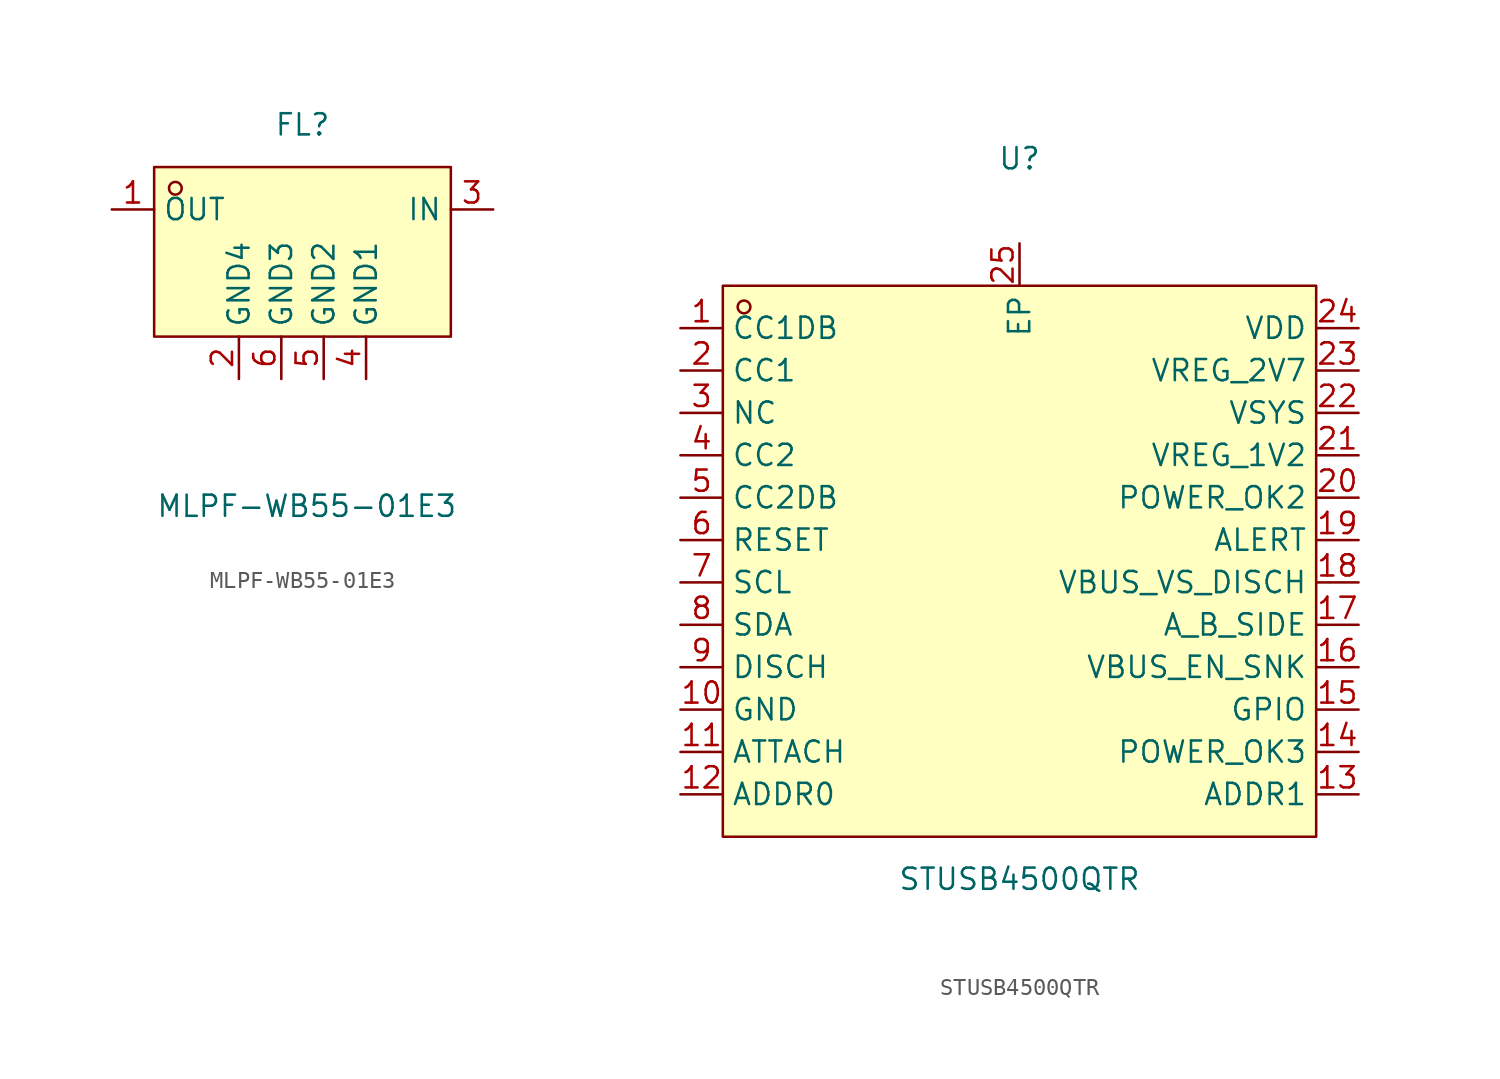
<source format=kicad_sym>
(kicad_symbol_lib
  (version 20241209)
  (generator "kicad_symbol_editor")
  (generator_version "9.0")
  (symbol "MLPF-WB55-01E3"
    (property "Reference" "FL"
      (at 0 7.62 0)
      (effects (font (size 1.27 1.27))))
    (property "Value" "MLPF-WB55-01E3"
      (at 0.254 -15.24 0)
      (effects (font (size 1.27 1.27))))
    (symbol "MLPF-WB55-01E3_0_1"
      (rectangle (start -8.89 5.08) (end 8.89 -5.08) (stroke (width 0) (type default)) (fill (type background)))
      (circle (center -7.62 3.81) (radius 0.38) (stroke (width 0) (type default)) (fill (type none)))
      (pin unspecified line (at -11.43 2.54 0) (length 2.54) (name "OUT" (effects (font (size 1.27 1.27)))) (number "1" (effects (font (size 1.27 1.27)))))
      (pin unspecified line (at -3.81 -7.62 90) (length 2.54) (name "GND4" (effects (font (size 1.27 1.27)))) (number "2" (effects (font (size 1.27 1.27)))))
      (pin unspecified line (at -1.27 -7.62 90) (length 2.54) (name "GND3" (effects (font (size 1.27 1.27)))) (number "6" (effects (font (size 1.27 1.27)))))
      (pin unspecified line (at 1.27 -7.62 90) (length 2.54) (name "GND2" (effects (font (size 1.27 1.27)))) (number "5" (effects (font (size 1.27 1.27)))))
      (pin unspecified line (at 3.81 -7.62 90) (length 2.54) (name "GND1" (effects (font (size 1.27 1.27)))) (number "4" (effects (font (size 1.27 1.27)))))
      (pin unspecified line (at 11.43 2.54 180) (length 2.54) (name "IN" (effects (font (size 1.27 1.27)))) (number "3" (effects (font (size 1.27 1.27)))))))
  (symbol "STUSB4500QTR"
    (property "Reference" "U"
      (at 0 24.13 0)
      (effects (font (size 1.27 1.27))))
    (property "Value" "STUSB4500QTR"
      (at 0 -19.05 0)
      (effects (font (size 1.27 1.27))))
    (symbol "STUSB4500QTR_0_1"
      (rectangle (start -17.78 16.51) (end 17.78 -16.51) (stroke (width 0) (type default)) (fill (type background)))
      (circle (center -16.51 15.24) (radius 0.38) (stroke (width 0) (type default)) (fill (type none)))
      (pin unspecified line (at -20.32 13.97 0) (length 2.54) (name "CC1DB" (effects (font (size 1.27 1.27)))) (number "1" (effects (font (size 1.27 1.27)))))
      (pin unspecified line (at -20.32 11.43 0) (length 2.54) (name "CC1" (effects (font (size 1.27 1.27)))) (number "2" (effects (font (size 1.27 1.27)))))
      (pin unspecified line (at -20.32 8.89 0) (length 2.54) (name "NC" (effects (font (size 1.27 1.27)))) (number "3" (effects (font (size 1.27 1.27)))))
      (pin unspecified line (at -20.32 6.35 0) (length 2.54) (name "CC2" (effects (font (size 1.27 1.27)))) (number "4" (effects (font (size 1.27 1.27)))))
      (pin unspecified line (at -20.32 3.81 0) (length 2.54) (name "CC2DB" (effects (font (size 1.27 1.27)))) (number "5" (effects (font (size 1.27 1.27)))))
      (pin unspecified line (at -20.32 1.27 0) (length 2.54) (name "RESET" (effects (font (size 1.27 1.27)))) (number "6" (effects (font (size 1.27 1.27)))))
      (pin unspecified line (at -20.32 -1.27 0) (length 2.54) (name "SCL" (effects (font (size 1.27 1.27)))) (number "7" (effects (font (size 1.27 1.27)))))
      (pin unspecified line (at -20.32 -3.81 0) (length 2.54) (name "SDA" (effects (font (size 1.27 1.27)))) (number "8" (effects (font (size 1.27 1.27)))))
      (pin unspecified line (at -20.32 -6.35 0) (length 2.54) (name "DISCH" (effects (font (size 1.27 1.27)))) (number "9" (effects (font (size 1.27 1.27)))))
      (pin unspecified line (at -20.32 -8.89 0) (length 2.54) (name "GND" (effects (font (size 1.27 1.27)))) (number "10" (effects (font (size 1.27 1.27)))))
      (pin unspecified line (at -20.32 -11.43 0) (length 2.54) (name "ATTACH" (effects (font (size 1.27 1.27)))) (number "11" (effects (font (size 1.27 1.27)))))
      (pin unspecified line (at -20.32 -13.97 0) (length 2.54) (name "ADDR0" (effects (font (size 1.27 1.27)))) (number "12" (effects (font (size 1.27 1.27)))))
      (pin unspecified line (at 0 19.05 270) (length 2.54) (name "EP" (effects (font (size 1.27 1.27)))) (number "25" (effects (font (size 1.27 1.27)))))
      (pin unspecified line (at 20.32 13.97 180) (length 2.54) (name "VDD" (effects (font (size 1.27 1.27)))) (number "24" (effects (font (size 1.27 1.27)))))
      (pin unspecified line (at 20.32 11.43 180) (length 2.54) (name "VREG_2V7" (effects (font (size 1.27 1.27)))) (number "23" (effects (font (size 1.27 1.27)))))
      (pin unspecified line (at 20.32 8.89 180) (length 2.54) (name "VSYS" (effects (font (size 1.27 1.27)))) (number "22" (effects (font (size 1.27 1.27)))))
      (pin unspecified line (at 20.32 6.35 180) (length 2.54) (name "VREG_1V2" (effects (font (size 1.27 1.27)))) (number "21" (effects (font (size 1.27 1.27)))))
      (pin unspecified line (at 20.32 3.81 180) (length 2.54) (name "POWER_OK2" (effects (font (size 1.27 1.27)))) (number "20" (effects (font (size 1.27 1.27)))))
      (pin unspecified line (at 20.32 1.27 180) (length 2.54) (name "ALERT" (effects (font (size 1.27 1.27)))) (number "19" (effects (font (size 1.27 1.27)))))
      (pin unspecified line (at 20.32 -1.27 180) (length 2.54) (name "VBUS_VS_DISCH" (effects (font (size 1.27 1.27)))) (number "18" (effects (font (size 1.27 1.27)))))
      (pin unspecified line (at 20.32 -3.81 180) (length 2.54) (name "A_B_SIDE" (effects (font (size 1.27 1.27)))) (number "17" (effects (font (size 1.27 1.27)))))
      (pin unspecified line (at 20.32 -6.35 180) (length 2.54) (name "VBUS_EN_SNK" (effects (font (size 1.27 1.27)))) (number "16" (effects (font (size 1.27 1.27)))))
      (pin unspecified line (at 20.32 -8.89 180) (length 2.54) (name "GPIO" (effects (font (size 1.27 1.27)))) (number "15" (effects (font (size 1.27 1.27)))))
      (pin unspecified line (at 20.32 -11.43 180) (length 2.54) (name "POWER_OK3" (effects (font (size 1.27 1.27)))) (number "14" (effects (font (size 1.27 1.27)))))
      (pin unspecified line (at 20.32 -13.97 180) (length 2.54) (name "ADDR1" (effects (font (size 1.27 1.27)))) (number "13" (effects (font (size 1.27 1.27))))))))
</source>
